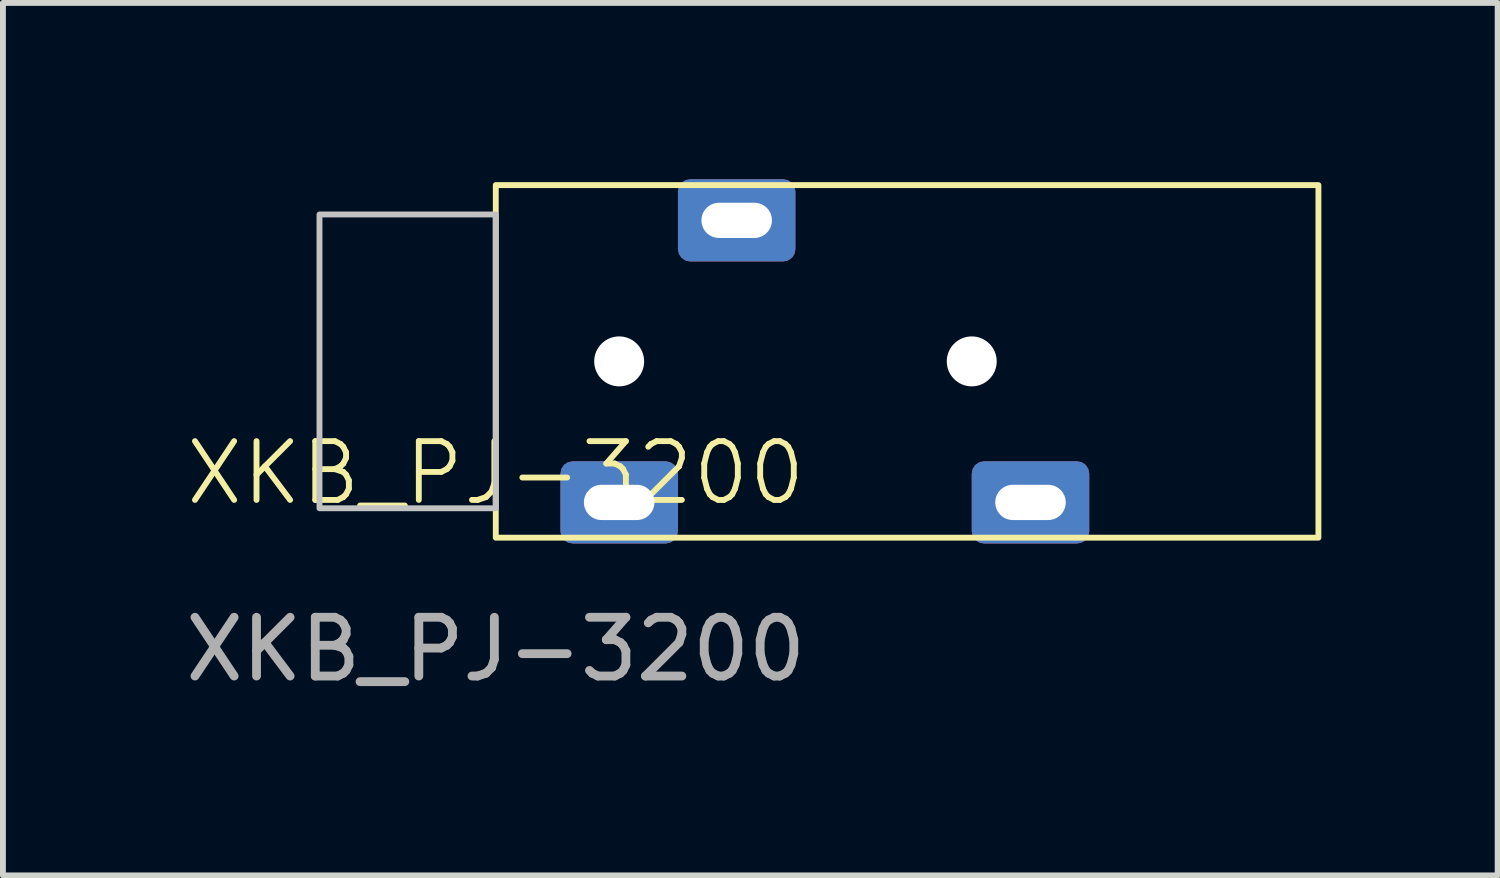
<source format=kicad_pcb>
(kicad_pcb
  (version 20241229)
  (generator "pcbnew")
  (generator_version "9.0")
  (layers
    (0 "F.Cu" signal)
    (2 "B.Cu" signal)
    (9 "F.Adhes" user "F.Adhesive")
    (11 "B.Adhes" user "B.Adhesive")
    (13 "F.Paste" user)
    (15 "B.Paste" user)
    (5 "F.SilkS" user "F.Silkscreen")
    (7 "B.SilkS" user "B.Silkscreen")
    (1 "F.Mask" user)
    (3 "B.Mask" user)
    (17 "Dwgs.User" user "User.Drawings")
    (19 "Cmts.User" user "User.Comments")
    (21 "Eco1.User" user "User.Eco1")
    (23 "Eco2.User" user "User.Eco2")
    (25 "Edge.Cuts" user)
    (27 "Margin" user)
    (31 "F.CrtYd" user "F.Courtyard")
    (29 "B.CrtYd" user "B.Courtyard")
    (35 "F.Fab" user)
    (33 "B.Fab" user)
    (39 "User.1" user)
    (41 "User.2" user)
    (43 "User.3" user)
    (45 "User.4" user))
  (footprint "XKB_PJ-3200"
    (layer "F.Cu")
    (at 5.387 5.5)
    (property "Reference" "XKB_PJ-3200" (at 0 -0.5 0) (unlocked yes) (layer "F.SilkS") (effects (font (size 1 1) (thickness 0.1))))
    (attr smd)
    (fp_rect (start 0 -5.4) (end 14 0.6) (stroke (width 0.1) (type solid)) (fill no) (layer "F.SilkS"))
    (fp_rect (start -3 -4.9) (end 0 0.1) (stroke (width 0.1) (type solid)) (fill no) (layer "Dwgs.User"))
    (fp_text user "${REFERENCE}" (at 0 2.5 0) (unlocked yes) (layer "F.Fab") (effects (font (size 1 1) (thickness 0.15))))
    (pad "" np_thru_hole circle (at 2.1 -2.4) (size 0.85 0.85) (drill 0.85) (layers "*.Cu" "*.Mask"))
    (pad "" np_thru_hole circle (at 8.1 -2.4) (size 0.85 0.85) (drill 0.85) (layers "*.Cu" "*.Mask"))
    (pad "G" thru_hole roundrect (at 2.1 0) (size 2 1.4) (drill oval 1.2 0.6) (layers "*.Cu" "*.Mask") (roundrect_rratio 0.15))
    (pad "S" thru_hole roundrect (at 4.1 -4.8) (size 2 1.4) (drill oval 1.2 0.6) (layers "*.Cu" "*.Mask") (roundrect_rratio 0.15))
    (pad "T" thru_hole roundrect (at 9.1 0) (size 2 1.4) (drill oval 1.2 0.6) (layers "*.Cu" "*.Mask") (roundrect_rratio 0.15)))
  (gr_rect
    (start -3 -3)
    (end 22.437 11.848)
    (stroke (width 0.1) (type default))
    (fill no)
    (layer "Edge.Cuts")))
</source>
